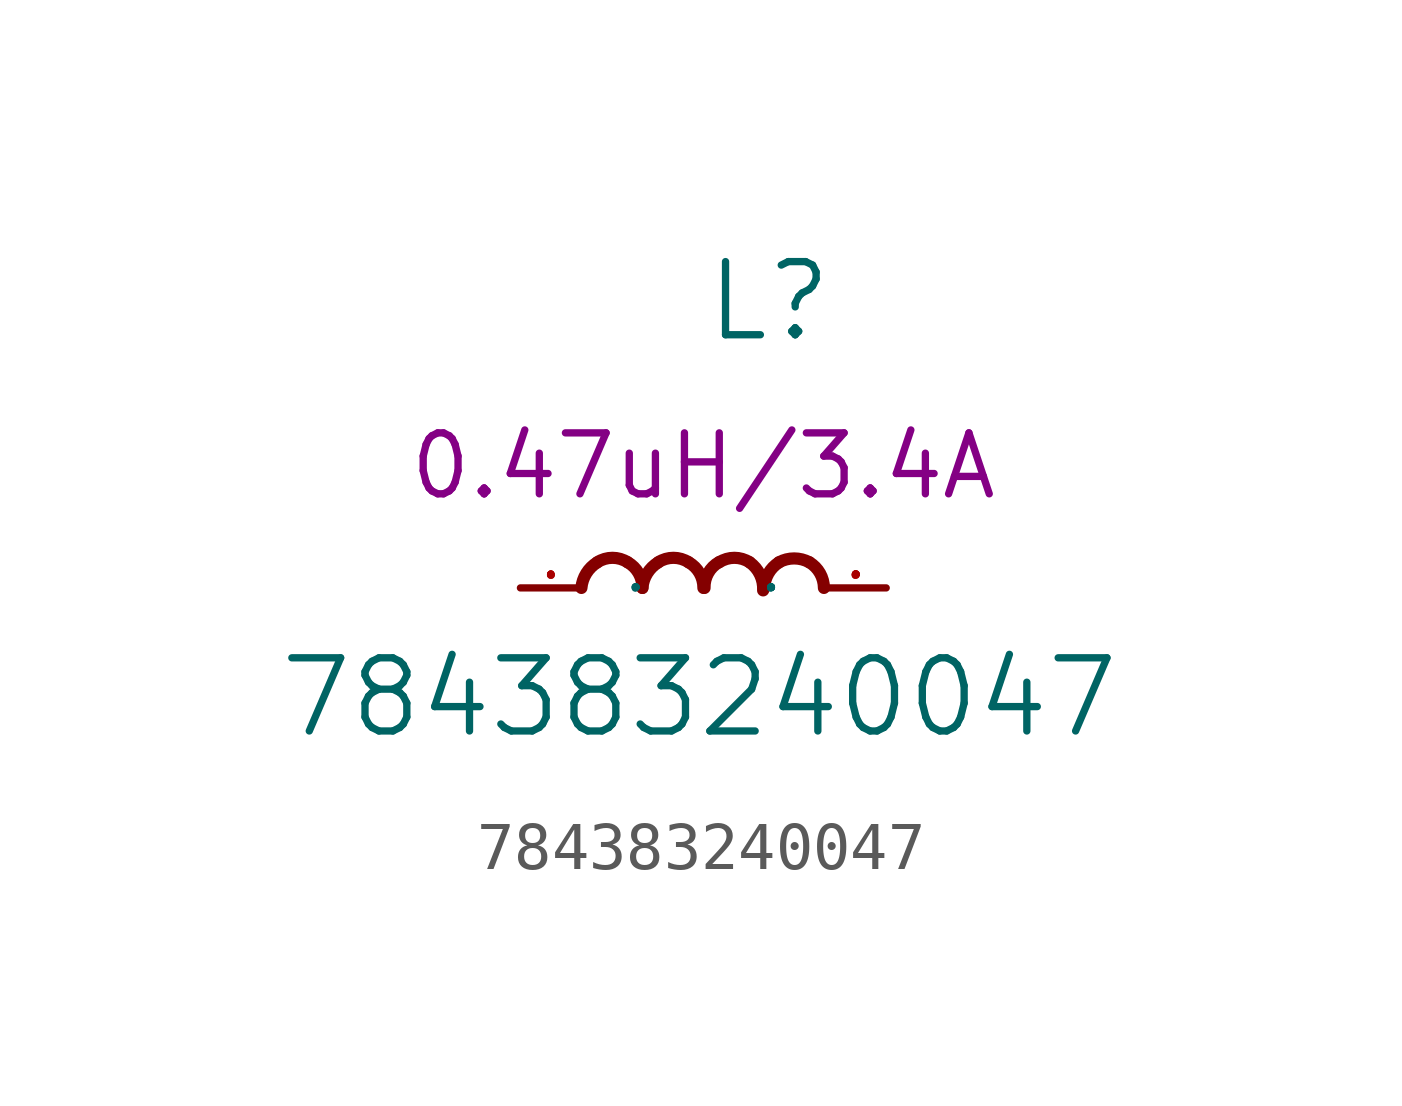
<source format=kicad_sym>
(kicad_symbol_lib
  (version 20211014)
  (generator kicad_symbol_editor)
  (symbol "784383240047"
    (pin_names
      (offset 1.016))
    (property "Reference" "L"
      (at 0 5.08 0)
      (effects (font (size 1.524 1.524)) (justify left bottom)))
    (property "Value" "784383240047"
      (at -8.89 -3.175 0)
      (effects (font (size 1.524 1.524)) (justify left bottom)))
    (property "Val" "0.47uH/3.4A"
      (at 0 2.54 0)
      (effects (font (size 1.27 1.27))))
    (symbol "784383240047_0_1"
      (pin passive line (at -3.81 0 0) (length 1.27) (name "P" (effects (font (size 0.025 0.025)))) (number "1" (effects (font (size 0.025 0.025)))))
      (pin passive line (at 3.81 0 180) (length 1.27) (name "P" (effects (font (size 0.025 0.025)))) (number "2" (effects (font (size 0.025 0.025))))))
    (symbol "784383240047_1_1"
      (arc (start -2.2098 0.5334) (mid -2.4364 0.3084) (end -2.54 0) (stroke (width 0.254) (type default) (color 0 0 0 0)) (fill (type none)))
      (arc (start -1.5748 0.5334) (mid -1.894 0.6272) (end -2.2098 0.5334) (stroke (width 0.254) (type default) (color 0 0 0 0)) (fill (type none)))
      (arc (start -1.27 0) (mid -1.3503 0.309) (end -1.5748 0.5334) (stroke (width 0.254) (type default) (color 0 0 0 0)) (fill (type none)))
      (arc (start -0.9398 0.5334) (mid -1.1664 0.3084) (end -1.27 0) (stroke (width 0.254) (type default) (color 0 0 0 0)) (fill (type none)))
      (arc (start -0.3048 0.5334) (mid -0.624 0.6272) (end -0.9398 0.5334) (stroke (width 0.254) (type default) (color 0 0 0 0)) (fill (type none)))
      (arc (start 0 0) (mid -0.0803 0.309) (end -0.3048 0.5334) (stroke (width 0.254) (type default) (color 0 0 0 0)) (fill (type none)))
      (arc (start 0.3302 0.5334) (mid 0.1036 0.3084) (end 0.0254 0) (stroke (width 0.254) (type default) (color 0 0 0 0)) (fill (type none)))
      (arc (start 0.9652 0.5334) (mid 0.646 0.6272) (end 0.3302 0.5334) (stroke (width 0.254) (type default) (color 0 0 0 0)) (fill (type none)))
      (arc (start 1.2446 -0.0508) (mid 1.1813 0.2752) (end 0.9652 0.5334) (stroke (width 0.254) (type default) (color 0 0 0 0)) (fill (type none)))
      (arc (start 1.5748 0.5334) (mid 1.357 0.3053) (end 1.27 0) (stroke (width 0.254) (type default) (color 0 0 0 0)) (fill (type none)))
      (arc (start 2.2098 0.5334) (mid 1.8942 0.6142) (end 1.5748 0.5334) (stroke (width 0.254) (type default) (color 0 0 0 0)) (fill (type none)))
      (arc (start 2.5146 0) (mid 2.4322 0.306) (end 2.2098 0.5334) (stroke (width 0.254) (type default) (color 0 0 0 0)) (fill (type none))))))
</source>
